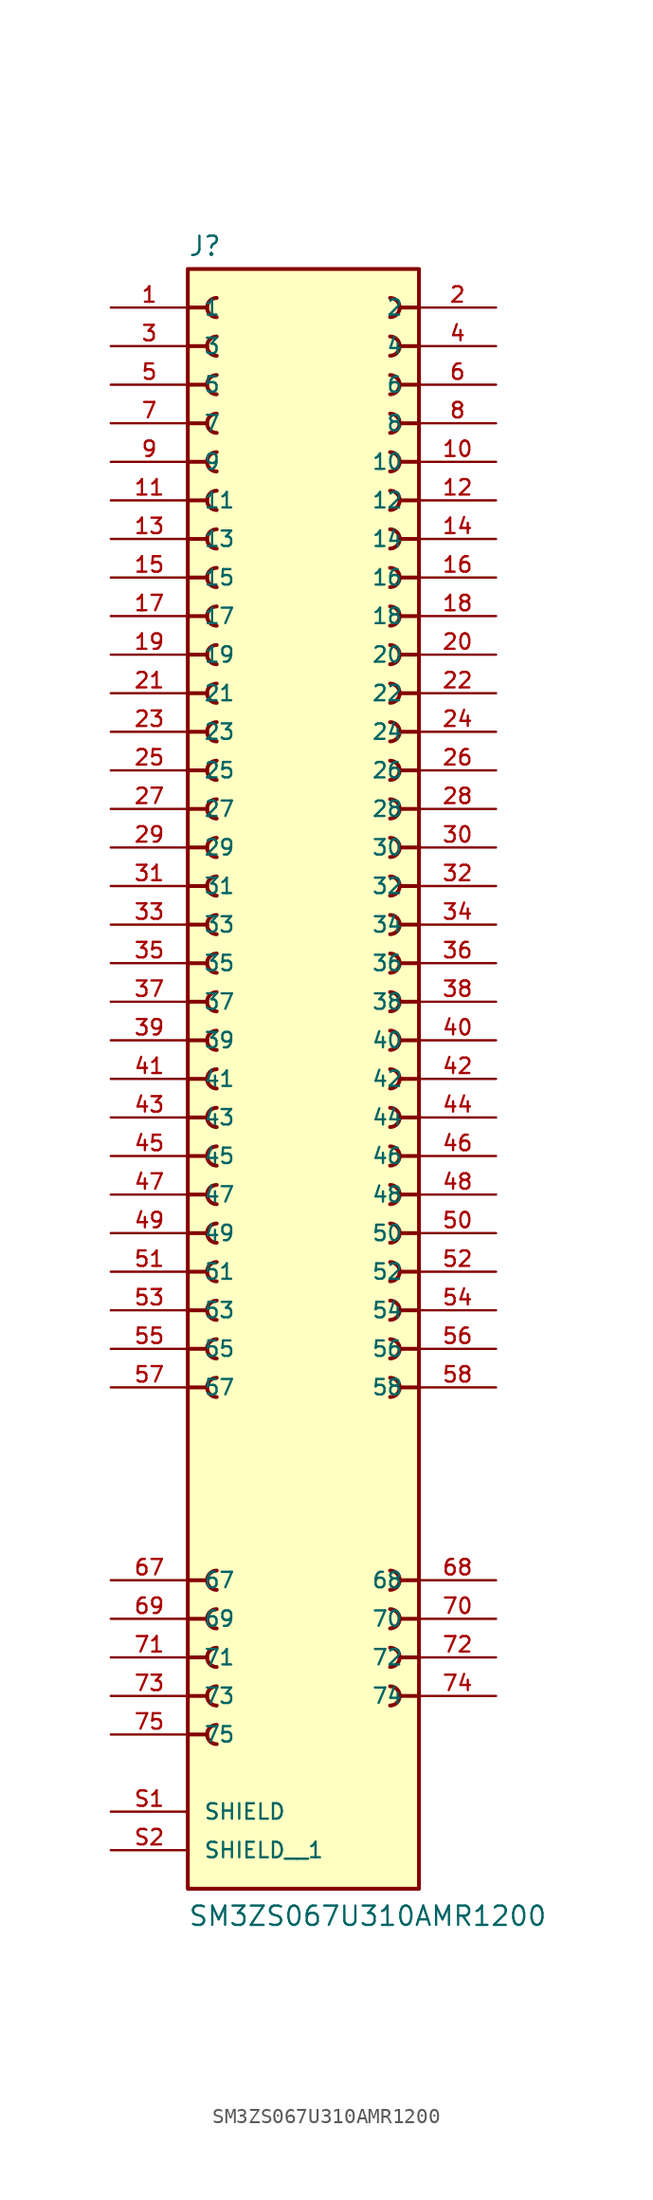
<source format=kicad_sym>
(kicad_symbol_lib
  (version 20211014)
  (generator kicad_symbol_editor)
  (symbol "SM3ZS067U310AMR1200"
    (pin_names
      (offset 1.016))
    (property "Reference" "J"
      (at -7.62 51.562 0)
      (effects (font (size 1.27 1.27)) (justify bottom left)))
    (property "Value" "SM3ZS067U310AMR1200"
      (at -7.62 -58.42 0)
      (effects (font (size 1.27 1.27)) (justify bottom left)))
    (symbol "SM3ZS067U310AMR1200_0_0"
      (polyline (pts (xy 7.62 48.26) (xy 6.35 48.26)) (stroke (width 0.254)))
      (arc (start 5.715 47.625) (mid 6.35 48.26) (end 5.715 48.895) (stroke (width 0.254) (type default) (color 0 0 0 0)) (fill (type none)))
      (polyline (pts (xy 7.62 45.72) (xy 6.35 45.72)) (stroke (width 0.254)))
      (arc (start 5.715 45.085) (mid 6.35 45.72) (end 5.715 46.355) (stroke (width 0.254) (type default) (color 0 0 0 0)) (fill (type none)))
      (polyline (pts (xy 7.62 43.18) (xy 6.35 43.18)) (stroke (width 0.254)))
      (arc (start 5.715 42.545) (mid 6.35 43.18) (end 5.715 43.815) (stroke (width 0.254) (type default) (color 0 0 0 0)) (fill (type none)))
      (polyline (pts (xy -7.62 43.18) (xy -6.35 43.18)) (stroke (width 0.254)))
      (arc (start -5.715 43.815) (mid -6.35 43.18) (end -5.715 42.545) (stroke (width 0.254) (type default) (color 0 0 0 0)) (fill (type none)))
      (polyline (pts (xy -7.62 45.72) (xy -6.35 45.72)) (stroke (width 0.254)))
      (arc (start -5.715 46.355) (mid -6.35 45.72) (end -5.715 45.085) (stroke (width 0.254) (type default) (color 0 0 0 0)) (fill (type none)))
      (polyline (pts (xy -7.62 48.26) (xy -6.35 48.26)) (stroke (width 0.254)))
      (arc (start -5.715 48.895) (mid -6.35 48.26) (end -5.715 47.625) (stroke (width 0.254) (type default) (color 0 0 0 0)) (fill (type none)))
      (polyline (pts (xy 7.62 40.64) (xy 6.35 40.64)) (stroke (width 0.254)))
      (arc (start 5.715 40.005) (mid 6.35 40.64) (end 5.715 41.275) (stroke (width 0.254) (type default) (color 0 0 0 0)) (fill (type none)))
      (polyline (pts (xy 7.62 38.1) (xy 6.35 38.1)) (stroke (width 0.254)))
      (arc (start 5.715 37.465) (mid 6.35 38.1) (end 5.715 38.735) (stroke (width 0.254) (type default) (color 0 0 0 0)) (fill (type none)))
      (polyline (pts (xy -7.62 35.56) (xy -6.35 35.56)) (stroke (width 0.254)))
      (arc (start -5.715 36.195) (mid -6.35 35.56) (end -5.715 34.925) (stroke (width 0.254) (type default) (color 0 0 0 0)) (fill (type none)))
      (polyline (pts (xy -7.62 38.1) (xy -6.35 38.1)) (stroke (width 0.254)))
      (arc (start -5.715 38.735) (mid -6.35 38.1) (end -5.715 37.465) (stroke (width 0.254) (type default) (color 0 0 0 0)) (fill (type none)))
      (polyline (pts (xy -7.62 40.64) (xy -6.35 40.64)) (stroke (width 0.254)))
      (arc (start -5.715 41.275) (mid -6.35 40.64) (end -5.715 40.005) (stroke (width 0.254) (type default) (color 0 0 0 0)) (fill (type none)))
      (polyline (pts (xy -7.62 27.94) (xy -6.35 27.94)) (stroke (width 0.254)))
      (arc (start -5.715 28.575) (mid -6.35 27.94) (end -5.715 27.305) (stroke (width 0.254) (type default) (color 0 0 0 0)) (fill (type none)))
      (polyline (pts (xy -7.62 30.48) (xy -6.35 30.48)) (stroke (width 0.254)))
      (arc (start -5.715 31.115) (mid -6.35 30.48) (end -5.715 29.845) (stroke (width 0.254) (type default) (color 0 0 0 0)) (fill (type none)))
      (polyline (pts (xy -7.62 33.02) (xy -6.35 33.02)) (stroke (width 0.254)))
      (arc (start -5.715 33.655) (mid -6.35 33.02) (end -5.715 32.385) (stroke (width 0.254) (type default) (color 0 0 0 0)) (fill (type none)))
      (polyline (pts (xy -7.62 20.32) (xy -6.35 20.32)) (stroke (width 0.254)))
      (arc (start -5.715 20.955) (mid -6.35 20.32) (end -5.715 19.685) (stroke (width 0.254) (type default) (color 0 0 0 0)) (fill (type none)))
      (polyline (pts (xy -7.62 22.86) (xy -6.35 22.86)) (stroke (width 0.254)))
      (arc (start -5.715 23.495) (mid -6.35 22.86) (end -5.715 22.225) (stroke (width 0.254) (type default) (color 0 0 0 0)) (fill (type none)))
      (polyline (pts (xy -7.62 25.4) (xy -6.35 25.4)) (stroke (width 0.254)))
      (arc (start -5.715 26.035) (mid -6.35 25.4) (end -5.715 24.765) (stroke (width 0.254) (type default) (color 0 0 0 0)) (fill (type none)))
      (polyline (pts (xy -7.62 2.54) (xy -6.35 2.54)) (stroke (width 0.254)))
      (arc (start -5.715 3.175) (mid -6.35 2.54) (end -5.715 1.905) (stroke (width 0.254) (type default) (color 0 0 0 0)) (fill (type none)))
      (polyline (pts (xy -7.62 5.08) (xy -6.35 5.08)) (stroke (width 0.254)))
      (arc (start -5.715 5.715) (mid -6.35 5.08) (end -5.715 4.445) (stroke (width 0.254) (type default) (color 0 0 0 0)) (fill (type none)))
      (polyline (pts (xy -7.62 7.62) (xy -6.35 7.62)) (stroke (width 0.254)))
      (arc (start -5.715 8.255) (mid -6.35 7.62) (end -5.715 6.985) (stroke (width 0.254) (type default) (color 0 0 0 0)) (fill (type none)))
      (polyline (pts (xy -7.62 -5.08) (xy -6.35 -5.08)) (stroke (width 0.254)))
      (arc (start -5.715 -4.445) (mid -6.35 -5.08) (end -5.715 -5.715) (stroke (width 0.254) (type default) (color 0 0 0 0)) (fill (type none)))
      (polyline (pts (xy -7.62 -2.54) (xy -6.35 -2.54)) (stroke (width 0.254)))
      (arc (start -5.715 -1.905) (mid -6.35 -2.54) (end -5.715 -3.175) (stroke (width 0.254) (type default) (color 0 0 0 0)) (fill (type none)))
      (polyline (pts (xy -7.62 0.0) (xy -6.35 0.0)) (stroke (width 0.254)))
      (arc (start -5.715 0.635) (mid -6.35 -0.0) (end -5.715 -0.635) (stroke (width 0.254) (type default) (color 0 0 0 0)) (fill (type none)))
      (polyline (pts (xy -7.62 -12.7) (xy -6.35 -12.7)) (stroke (width 0.254)))
      (arc (start -5.715 -12.065) (mid -6.35 -12.7) (end -5.715 -13.335) (stroke (width 0.254) (type default) (color 0 0 0 0)) (fill (type none)))
      (polyline (pts (xy -7.62 -10.16) (xy -6.35 -10.16)) (stroke (width 0.254)))
      (arc (start -5.715 -9.525) (mid -6.35 -10.16) (end -5.715 -10.795) (stroke (width 0.254) (type default) (color 0 0 0 0)) (fill (type none)))
      (polyline (pts (xy -7.62 -7.62) (xy -6.35 -7.62)) (stroke (width 0.254)))
      (arc (start -5.715 -6.985) (mid -6.35 -7.62) (end -5.715 -8.255) (stroke (width 0.254) (type default) (color 0 0 0 0)) (fill (type none)))
      (polyline (pts (xy -7.62 -20.32) (xy -6.35 -20.32)) (stroke (width 0.254)))
      (arc (start -5.715 -19.685) (mid -6.35 -20.32) (end -5.715 -20.955) (stroke (width 0.254) (type default) (color 0 0 0 0)) (fill (type none)))
      (polyline (pts (xy -7.62 -17.78) (xy -6.35 -17.78)) (stroke (width 0.254)))
      (arc (start -5.715 -17.145) (mid -6.35 -17.78) (end -5.715 -18.415) (stroke (width 0.254) (type default) (color 0 0 0 0)) (fill (type none)))
      (polyline (pts (xy -7.62 -15.24) (xy -6.35 -15.24)) (stroke (width 0.254)))
      (arc (start -5.715 -14.605) (mid -6.35 -15.24) (end -5.715 -15.875) (stroke (width 0.254) (type default) (color 0 0 0 0)) (fill (type none)))
      (polyline (pts (xy -7.62 -22.86) (xy -6.35 -22.86)) (stroke (width 0.254)))
      (arc (start -5.715 -22.225) (mid -6.35 -22.86) (end -5.715 -23.495) (stroke (width 0.254) (type default) (color 0 0 0 0)) (fill (type none)))
      (polyline (pts (xy -7.62 -35.56) (xy -6.35 -35.56)) (stroke (width 0.254)))
      (arc (start -5.715 -34.925) (mid -6.35 -35.56) (end -5.715 -36.195) (stroke (width 0.254) (type default) (color 0 0 0 0)) (fill (type none)))
      (polyline (pts (xy -7.62 -43.18) (xy -6.35 -43.18)) (stroke (width 0.254)))
      (arc (start -5.715 -42.545) (mid -6.35 -43.18) (end -5.715 -43.815) (stroke (width 0.254) (type default) (color 0 0 0 0)) (fill (type none)))
      (polyline (pts (xy -7.62 -40.64) (xy -6.35 -40.64)) (stroke (width 0.254)))
      (arc (start -5.715 -40.005) (mid -6.35 -40.64) (end -5.715 -41.275) (stroke (width 0.254) (type default) (color 0 0 0 0)) (fill (type none)))
      (polyline (pts (xy -7.62 -38.1) (xy -6.35 -38.1)) (stroke (width 0.254)))
      (arc (start -5.715 -37.465) (mid -6.35 -38.1) (end -5.715 -38.735) (stroke (width 0.254) (type default) (color 0 0 0 0)) (fill (type none)))
      (polyline (pts (xy -7.62 -45.72) (xy -6.35 -45.72)) (stroke (width 0.254)))
      (arc (start -5.715 -45.085) (mid -6.35 -45.72) (end -5.715 -46.355) (stroke (width 0.254) (type default) (color 0 0 0 0)) (fill (type none)))
      (polyline (pts (xy 7.62 35.56) (xy 6.35 35.56)) (stroke (width 0.254)))
      (arc (start 5.715 34.925) (mid 6.35 35.56) (end 5.715 36.195) (stroke (width 0.254) (type default) (color 0 0 0 0)) (fill (type none)))
      (polyline (pts (xy 7.62 33.02) (xy 6.35 33.02)) (stroke (width 0.254)))
      (arc (start 5.715 32.385) (mid 6.35 33.02) (end 5.715 33.655) (stroke (width 0.254) (type default) (color 0 0 0 0)) (fill (type none)))
      (polyline (pts (xy 7.62 30.48) (xy 6.35 30.48)) (stroke (width 0.254)))
      (arc (start 5.715 29.845) (mid 6.35 30.48) (end 5.715 31.115) (stroke (width 0.254) (type default) (color 0 0 0 0)) (fill (type none)))
      (polyline (pts (xy 7.62 27.94) (xy 6.35 27.94)) (stroke (width 0.254)))
      (arc (start 5.715 27.305) (mid 6.35 27.94) (end 5.715 28.575) (stroke (width 0.254) (type default) (color 0 0 0 0)) (fill (type none)))
      (polyline (pts (xy 7.62 25.4) (xy 6.35 25.4)) (stroke (width 0.254)))
      (arc (start 5.715 24.765) (mid 6.35 25.4) (end 5.715 26.035) (stroke (width 0.254) (type default) (color 0 0 0 0)) (fill (type none)))
      (polyline (pts (xy 7.62 22.86) (xy 6.35 22.86)) (stroke (width 0.254)))
      (arc (start 5.715 22.225) (mid 6.35 22.86) (end 5.715 23.495) (stroke (width 0.254) (type default) (color 0 0 0 0)) (fill (type none)))
      (polyline (pts (xy 7.62 10.16) (xy 6.35 10.16)) (stroke (width 0.254)))
      (arc (start 5.715 9.525) (mid 6.35 10.16) (end 5.715 10.795) (stroke (width 0.254) (type default) (color 0 0 0 0)) (fill (type none)))
      (polyline (pts (xy 7.62 7.62) (xy 6.35 7.62)) (stroke (width 0.254)))
      (arc (start 5.715 6.985) (mid 6.35 7.62) (end 5.715 8.255) (stroke (width 0.254) (type default) (color 0 0 0 0)) (fill (type none)))
      (polyline (pts (xy 7.62 5.08) (xy 6.35 5.08)) (stroke (width 0.254)))
      (arc (start 5.715 4.445) (mid 6.35 5.08) (end 5.715 5.715) (stroke (width 0.254) (type default) (color 0 0 0 0)) (fill (type none)))
      (polyline (pts (xy 7.62 2.54) (xy 6.35 2.54)) (stroke (width 0.254)))
      (arc (start 5.715 1.905) (mid 6.35 2.54) (end 5.715 3.175) (stroke (width 0.254) (type default) (color 0 0 0 0)) (fill (type none)))
      (polyline (pts (xy 7.62 0.0) (xy 6.35 0.0)) (stroke (width 0.254)))
      (arc (start 5.715 -0.635) (mid 6.35 0.0) (end 5.715 0.635) (stroke (width 0.254) (type default) (color 0 0 0 0)) (fill (type none)))
      (polyline (pts (xy 7.62 -2.54) (xy 6.35 -2.54)) (stroke (width 0.254)))
      (arc (start 5.715 -3.175) (mid 6.35 -2.54) (end 5.715 -1.905) (stroke (width 0.254) (type default) (color 0 0 0 0)) (fill (type none)))
      (polyline (pts (xy 7.62 -5.08) (xy 6.35 -5.08)) (stroke (width 0.254)))
      (arc (start 5.715 -5.715) (mid 6.35 -5.08) (end 5.715 -4.445) (stroke (width 0.254) (type default) (color 0 0 0 0)) (fill (type none)))
      (polyline (pts (xy 7.62 -7.62) (xy 6.35 -7.62)) (stroke (width 0.254)))
      (arc (start 5.715 -8.255) (mid 6.35 -7.62) (end 5.715 -6.985) (stroke (width 0.254) (type default) (color 0 0 0 0)) (fill (type none)))
      (polyline (pts (xy 7.62 -10.16) (xy 6.35 -10.16)) (stroke (width 0.254)))
      (arc (start 5.715 -10.795) (mid 6.35 -10.16) (end 5.715 -9.525) (stroke (width 0.254) (type default) (color 0 0 0 0)) (fill (type none)))
      (polyline (pts (xy 7.62 -12.7) (xy 6.35 -12.7)) (stroke (width 0.254)))
      (arc (start 5.715 -13.335) (mid 6.35 -12.7) (end 5.715 -12.065) (stroke (width 0.254) (type default) (color 0 0 0 0)) (fill (type none)))
      (polyline (pts (xy 7.62 -15.24) (xy 6.35 -15.24)) (stroke (width 0.254)))
      (arc (start 5.715 -15.875) (mid 6.35 -15.24) (end 5.715 -14.605) (stroke (width 0.254) (type default) (color 0 0 0 0)) (fill (type none)))
      (polyline (pts (xy 7.62 -17.78) (xy 6.35 -17.78)) (stroke (width 0.254)))
      (arc (start 5.715 -18.415) (mid 6.35 -17.78) (end 5.715 -17.145) (stroke (width 0.254) (type default) (color 0 0 0 0)) (fill (type none)))
      (polyline (pts (xy 7.62 -20.32) (xy 6.35 -20.32)) (stroke (width 0.254)))
      (arc (start 5.715 -20.955) (mid 6.35 -20.32) (end 5.715 -19.685) (stroke (width 0.254) (type default) (color 0 0 0 0)) (fill (type none)))
      (polyline (pts (xy 7.62 -22.86) (xy 6.35 -22.86)) (stroke (width 0.254)))
      (arc (start 5.715 -23.495) (mid 6.35 -22.86) (end 5.715 -22.225) (stroke (width 0.254) (type default) (color 0 0 0 0)) (fill (type none)))
      (polyline (pts (xy 7.62 -35.56) (xy 6.35 -35.56)) (stroke (width 0.254)))
      (arc (start 5.715 -36.195) (mid 6.35 -35.56) (end 5.715 -34.925) (stroke (width 0.254) (type default) (color 0 0 0 0)) (fill (type none)))
      (polyline (pts (xy 7.62 -38.1) (xy 6.35 -38.1)) (stroke (width 0.254)))
      (arc (start 5.715 -38.735) (mid 6.35 -38.1) (end 5.715 -37.465) (stroke (width 0.254) (type default) (color 0 0 0 0)) (fill (type none)))
      (polyline (pts (xy 7.62 -40.64) (xy 6.35 -40.64)) (stroke (width 0.254)))
      (arc (start 5.715 -41.275) (mid 6.35 -40.64) (end 5.715 -40.005) (stroke (width 0.254) (type default) (color 0 0 0 0)) (fill (type none)))
      (polyline (pts (xy 7.62 -43.18) (xy 6.35 -43.18)) (stroke (width 0.254)))
      (arc (start 5.715 -43.815) (mid 6.35 -43.18) (end 5.715 -42.545) (stroke (width 0.254) (type default) (color 0 0 0 0)) (fill (type none)))
      (polyline (pts (xy 7.62 20.32) (xy 6.35 20.32)) (stroke (width 0.254)))
      (arc (start 5.715 19.685) (mid 6.35 20.32) (end 5.715 20.955) (stroke (width 0.254) (type default) (color 0 0 0 0)) (fill (type none)))
      (polyline (pts (xy -7.62 17.78) (xy -6.35 17.78)) (stroke (width 0.254)))
      (arc (start -5.715 18.415) (mid -6.35 17.78) (end -5.715 17.145) (stroke (width 0.254) (type default) (color 0 0 0 0)) (fill (type none)))
      (polyline (pts (xy -7.62 10.16) (xy -6.35 10.16)) (stroke (width 0.254)))
      (arc (start -5.715 10.795) (mid -6.35 10.16) (end -5.715 9.525) (stroke (width 0.254) (type default) (color 0 0 0 0)) (fill (type none)))
      (polyline (pts (xy -7.62 12.7) (xy -6.35 12.7)) (stroke (width 0.254)))
      (arc (start -5.715 13.335) (mid -6.35 12.7) (end -5.715 12.065) (stroke (width 0.254) (type default) (color 0 0 0 0)) (fill (type none)))
      (polyline (pts (xy -7.62 15.24) (xy -6.35 15.24)) (stroke (width 0.254)))
      (arc (start -5.715 15.875) (mid -6.35 15.24) (end -5.715 14.605) (stroke (width 0.254) (type default) (color 0 0 0 0)) (fill (type none)))
      (polyline (pts (xy 7.62 17.78) (xy 6.35 17.78)) (stroke (width 0.254)))
      (arc (start 5.715 17.145) (mid 6.35 17.78) (end 5.715 18.415) (stroke (width 0.254) (type default) (color 0 0 0 0)) (fill (type none)))
      (polyline (pts (xy 7.62 15.24) (xy 6.35 15.24)) (stroke (width 0.254)))
      (arc (start 5.715 14.605) (mid 6.35 15.24) (end 5.715 15.875) (stroke (width 0.254) (type default) (color 0 0 0 0)) (fill (type none)))
      (polyline (pts (xy 7.62 12.7) (xy 6.35 12.7)) (stroke (width 0.254)))
      (arc (start 5.715 12.065) (mid 6.35 12.7) (end 5.715 13.335) (stroke (width 0.254) (type default) (color 0 0 0 0)) (fill (type none)))
      (rectangle (start -7.62 -55.88) (end 7.62 50.8) (stroke (width 0.254)) (fill (type background)))
      (pin passive line (at -12.7 48.26 0) (length 5.08) (name "1" (effects (font (size 1.016 1.016)))) (number "1" (effects (font (size 1.016 1.016)))))
      (pin passive line (at 12.7 48.26 180.0) (length 5.08) (name "2" (effects (font (size 1.016 1.016)))) (number "2" (effects (font (size 1.016 1.016)))))
      (pin passive line (at -12.7 45.72 0) (length 5.08) (name "3" (effects (font (size 1.016 1.016)))) (number "3" (effects (font (size 1.016 1.016)))))
      (pin passive line (at 12.7 45.72 180.0) (length 5.08) (name "4" (effects (font (size 1.016 1.016)))) (number "4" (effects (font (size 1.016 1.016)))))
      (pin passive line (at -12.7 43.18 0) (length 5.08) (name "5" (effects (font (size 1.016 1.016)))) (number "5" (effects (font (size 1.016 1.016)))))
      (pin passive line (at 12.7 43.18 180.0) (length 5.08) (name "6" (effects (font (size 1.016 1.016)))) (number "6" (effects (font (size 1.016 1.016)))))
      (pin passive line (at -12.7 40.64 0) (length 5.08) (name "7" (effects (font (size 1.016 1.016)))) (number "7" (effects (font (size 1.016 1.016)))))
      (pin passive line (at 12.7 40.64 180.0) (length 5.08) (name "8" (effects (font (size 1.016 1.016)))) (number "8" (effects (font (size 1.016 1.016)))))
      (pin passive line (at -12.7 38.1 0) (length 5.08) (name "9" (effects (font (size 1.016 1.016)))) (number "9" (effects (font (size 1.016 1.016)))))
      (pin passive line (at 12.7 38.1 180.0) (length 5.08) (name "10" (effects (font (size 1.016 1.016)))) (number "10" (effects (font (size 1.016 1.016)))))
      (pin passive line (at -12.7 35.56 0) (length 5.08) (name "11" (effects (font (size 1.016 1.016)))) (number "11" (effects (font (size 1.016 1.016)))))
      (pin passive line (at 12.7 35.56 180.0) (length 5.08) (name "12" (effects (font (size 1.016 1.016)))) (number "12" (effects (font (size 1.016 1.016)))))
      (pin passive line (at -12.7 33.02 0) (length 5.08) (name "13" (effects (font (size 1.016 1.016)))) (number "13" (effects (font (size 1.016 1.016)))))
      (pin passive line (at 12.7 33.02 180.0) (length 5.08) (name "14" (effects (font (size 1.016 1.016)))) (number "14" (effects (font (size 1.016 1.016)))))
      (pin passive line (at -12.7 30.48 0) (length 5.08) (name "15" (effects (font (size 1.016 1.016)))) (number "15" (effects (font (size 1.016 1.016)))))
      (pin passive line (at 12.7 30.48 180.0) (length 5.08) (name "16" (effects (font (size 1.016 1.016)))) (number "16" (effects (font (size 1.016 1.016)))))
      (pin passive line (at -12.7 27.94 0) (length 5.08) (name "17" (effects (font (size 1.016 1.016)))) (number "17" (effects (font (size 1.016 1.016)))))
      (pin passive line (at 12.7 27.94 180.0) (length 5.08) (name "18" (effects (font (size 1.016 1.016)))) (number "18" (effects (font (size 1.016 1.016)))))
      (pin passive line (at -12.7 25.4 0) (length 5.08) (name "19" (effects (font (size 1.016 1.016)))) (number "19" (effects (font (size 1.016 1.016)))))
      (pin passive line (at 12.7 25.4 180.0) (length 5.08) (name "20" (effects (font (size 1.016 1.016)))) (number "20" (effects (font (size 1.016 1.016)))))
      (pin passive line (at -12.7 22.86 0) (length 5.08) (name "21" (effects (font (size 1.016 1.016)))) (number "21" (effects (font (size 1.016 1.016)))))
      (pin passive line (at 12.7 22.86 180.0) (length 5.08) (name "22" (effects (font (size 1.016 1.016)))) (number "22" (effects (font (size 1.016 1.016)))))
      (pin passive line (at -12.7 20.32 0) (length 5.08) (name "23" (effects (font (size 1.016 1.016)))) (number "23" (effects (font (size 1.016 1.016)))))
      (pin passive line (at 12.7 10.16 180.0) (length 5.08) (name "32" (effects (font (size 1.016 1.016)))) (number "32" (effects (font (size 1.016 1.016)))))
      (pin passive line (at -12.7 7.62 0) (length 5.08) (name "33" (effects (font (size 1.016 1.016)))) (number "33" (effects (font (size 1.016 1.016)))))
      (pin passive line (at 12.7 7.62 180.0) (length 5.08) (name "34" (effects (font (size 1.016 1.016)))) (number "34" (effects (font (size 1.016 1.016)))))
      (pin passive line (at -12.7 5.08 0) (length 5.08) (name "35" (effects (font (size 1.016 1.016)))) (number "35" (effects (font (size 1.016 1.016)))))
      (pin passive line (at 12.7 5.08 180.0) (length 5.08) (name "36" (effects (font (size 1.016 1.016)))) (number "36" (effects (font (size 1.016 1.016)))))
      (pin passive line (at -12.7 2.54 0) (length 5.08) (name "37" (effects (font (size 1.016 1.016)))) (number "37" (effects (font (size 1.016 1.016)))))
      (pin passive line (at 12.7 2.54 180.0) (length 5.08) (name "38" (effects (font (size 1.016 1.016)))) (number "38" (effects (font (size 1.016 1.016)))))
      (pin passive line (at -12.7 0.0 0) (length 5.08) (name "39" (effects (font (size 1.016 1.016)))) (number "39" (effects (font (size 1.016 1.016)))))
      (pin passive line (at 12.7 0.0 180.0) (length 5.08) (name "40" (effects (font (size 1.016 1.016)))) (number "40" (effects (font (size 1.016 1.016)))))
      (pin passive line (at -12.7 -2.54 0) (length 5.08) (name "41" (effects (font (size 1.016 1.016)))) (number "41" (effects (font (size 1.016 1.016)))))
      (pin passive line (at 12.7 -2.54 180.0) (length 5.08) (name "42" (effects (font (size 1.016 1.016)))) (number "42" (effects (font (size 1.016 1.016)))))
      (pin passive line (at -12.7 -5.08 0) (length 5.08) (name "43" (effects (font (size 1.016 1.016)))) (number "43" (effects (font (size 1.016 1.016)))))
      (pin passive line (at 12.7 -5.08 180.0) (length 5.08) (name "44" (effects (font (size 1.016 1.016)))) (number "44" (effects (font (size 1.016 1.016)))))
      (pin passive line (at -12.7 -7.62 0) (length 5.08) (name "45" (effects (font (size 1.016 1.016)))) (number "45" (effects (font (size 1.016 1.016)))))
      (pin passive line (at 12.7 -7.62 180.0) (length 5.08) (name "46" (effects (font (size 1.016 1.016)))) (number "46" (effects (font (size 1.016 1.016)))))
      (pin passive line (at -12.7 -10.16 0) (length 5.08) (name "47" (effects (font (size 1.016 1.016)))) (number "47" (effects (font (size 1.016 1.016)))))
      (pin passive line (at 12.7 -10.16 180.0) (length 5.08) (name "48" (effects (font (size 1.016 1.016)))) (number "48" (effects (font (size 1.016 1.016)))))
      (pin passive line (at -12.7 -12.7 0) (length 5.08) (name "49" (effects (font (size 1.016 1.016)))) (number "49" (effects (font (size 1.016 1.016)))))
      (pin passive line (at 12.7 -12.7 180.0) (length 5.08) (name "50" (effects (font (size 1.016 1.016)))) (number "50" (effects (font (size 1.016 1.016)))))
      (pin passive line (at -12.7 -15.24 0) (length 5.08) (name "51" (effects (font (size 1.016 1.016)))) (number "51" (effects (font (size 1.016 1.016)))))
      (pin passive line (at 12.7 -15.24 180.0) (length 5.08) (name "52" (effects (font (size 1.016 1.016)))) (number "52" (effects (font (size 1.016 1.016)))))
      (pin passive line (at -12.7 -17.78 0) (length 5.08) (name "53" (effects (font (size 1.016 1.016)))) (number "53" (effects (font (size 1.016 1.016)))))
      (pin passive line (at 12.7 -17.78 180.0) (length 5.08) (name "54" (effects (font (size 1.016 1.016)))) (number "54" (effects (font (size 1.016 1.016)))))
      (pin passive line (at -12.7 -20.32 0) (length 5.08) (name "55" (effects (font (size 1.016 1.016)))) (number "55" (effects (font (size 1.016 1.016)))))
      (pin passive line (at 12.7 -20.32 180.0) (length 5.08) (name "56" (effects (font (size 1.016 1.016)))) (number "56" (effects (font (size 1.016 1.016)))))
      (pin passive line (at -12.7 -22.86 0) (length 5.08) (name "57" (effects (font (size 1.016 1.016)))) (number "57" (effects (font (size 1.016 1.016)))))
      (pin passive line (at 12.7 -22.86 180.0) (length 5.08) (name "58" (effects (font (size 1.016 1.016)))) (number "58" (effects (font (size 1.016 1.016)))))
      (pin passive line (at -12.7 -35.56 0) (length 5.08) (name "67" (effects (font (size 1.016 1.016)))) (number "67" (effects (font (size 1.016 1.016)))))
      (pin passive line (at 12.7 -35.56 180.0) (length 5.08) (name "68" (effects (font (size 1.016 1.016)))) (number "68" (effects (font (size 1.016 1.016)))))
      (pin passive line (at -12.7 -38.1 0) (length 5.08) (name "69" (effects (font (size 1.016 1.016)))) (number "69" (effects (font (size 1.016 1.016)))))
      (pin passive line (at 12.7 -38.1 180.0) (length 5.08) (name "70" (effects (font (size 1.016 1.016)))) (number "70" (effects (font (size 1.016 1.016)))))
      (pin passive line (at -12.7 -40.64 0) (length 5.08) (name "71" (effects (font (size 1.016 1.016)))) (number "71" (effects (font (size 1.016 1.016)))))
      (pin passive line (at 12.7 -40.64 180.0) (length 5.08) (name "72" (effects (font (size 1.016 1.016)))) (number "72" (effects (font (size 1.016 1.016)))))
      (pin passive line (at -12.7 -43.18 0) (length 5.08) (name "73" (effects (font (size 1.016 1.016)))) (number "73" (effects (font (size 1.016 1.016)))))
      (pin passive line (at 12.7 -43.18 180.0) (length 5.08) (name "74" (effects (font (size 1.016 1.016)))) (number "74" (effects (font (size 1.016 1.016)))))
      (pin passive line (at -12.7 -45.72 0) (length 5.08) (name "75" (effects (font (size 1.016 1.016)))) (number "75" (effects (font (size 1.016 1.016)))))
      (pin passive line (at -12.7 -50.8 0) (length 5.08) (name "SHIELD" (effects (font (size 1.016 1.016)))) (number "S1" (effects (font (size 1.016 1.016)))))
      (pin passive line (at 12.7 20.32 180.0) (length 5.08) (name "24" (effects (font (size 1.016 1.016)))) (number "24" (effects (font (size 1.016 1.016)))))
      (pin passive line (at -12.7 17.78 0) (length 5.08) (name "25" (effects (font (size 1.016 1.016)))) (number "25" (effects (font (size 1.016 1.016)))))
      (pin passive line (at 12.7 17.78 180.0) (length 5.08) (name "26" (effects (font (size 1.016 1.016)))) (number "26" (effects (font (size 1.016 1.016)))))
      (pin passive line (at -12.7 15.24 0) (length 5.08) (name "27" (effects (font (size 1.016 1.016)))) (number "27" (effects (font (size 1.016 1.016)))))
      (pin passive line (at 12.7 15.24 180.0) (length 5.08) (name "28" (effects (font (size 1.016 1.016)))) (number "28" (effects (font (size 1.016 1.016)))))
      (pin passive line (at -12.7 12.7 0) (length 5.08) (name "29" (effects (font (size 1.016 1.016)))) (number "29" (effects (font (size 1.016 1.016)))))
      (pin passive line (at 12.7 12.7 180.0) (length 5.08) (name "30" (effects (font (size 1.016 1.016)))) (number "30" (effects (font (size 1.016 1.016)))))
      (pin passive line (at -12.7 10.16 0) (length 5.08) (name "31" (effects (font (size 1.016 1.016)))) (number "31" (effects (font (size 1.016 1.016)))))
      (pin passive line (at -12.7 -53.34 0) (length 5.08) (name "SHIELD__1" (effects (font (size 1.016 1.016)))) (number "S2" (effects (font (size 1.016 1.016))))))))
</source>
